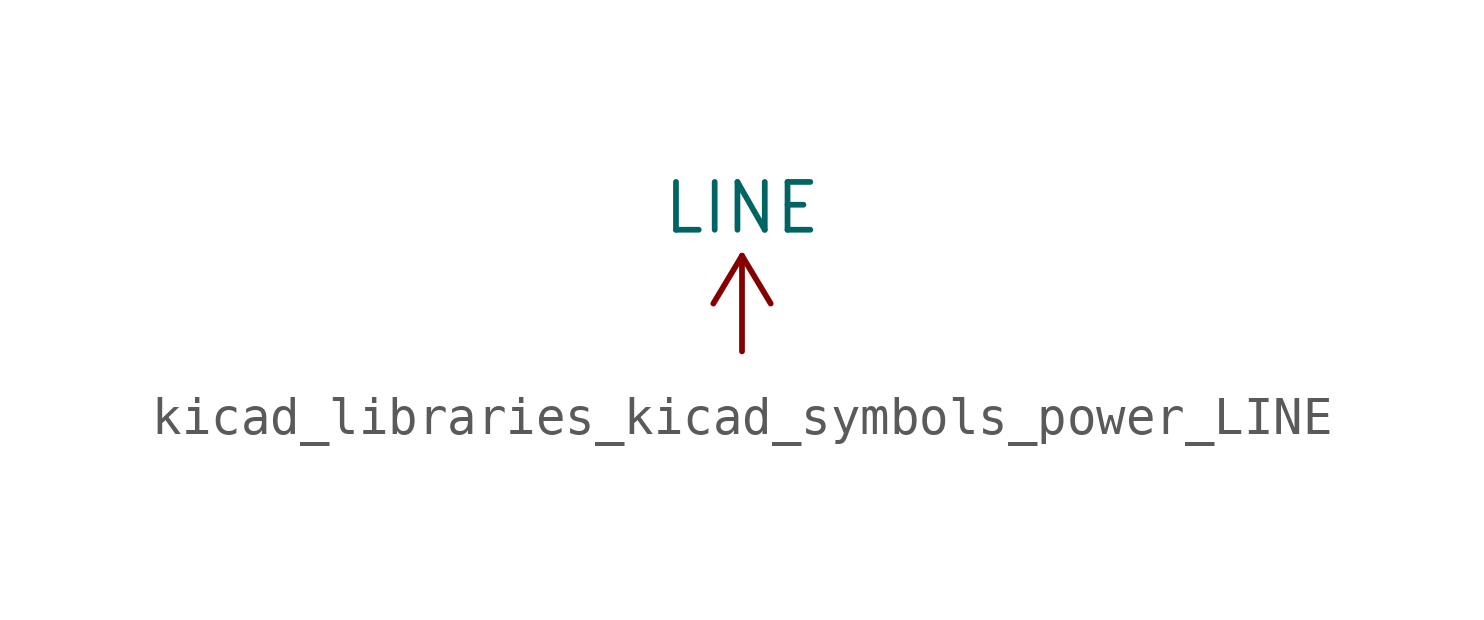
<source format=kicad_sym>
(kicad_symbol_lib
  (version 20220914)
  (generator kicad_symbol_editor)
  (symbol "kicad_libraries_kicad_symbols_power_LINE"
    (power)
    (pin_names
      (offset 0))
    (property "Reference" "#PWR"
      (at 0 -3.81 0)
      (effects (font (size 1.27 1.27)) hide))
    (property "Value" "LINE"
      (at 0 3.81 0)
      (effects (font (size 1.27 1.27))))
    (symbol "kicad_libraries_kicad_symbols_power_LINE_0_1"
      (polyline (pts (xy -0.762 1.27) (xy 0 2.54)) (stroke (width 0) (type default)) (fill (type none)))
      (polyline (pts (xy 0 0) (xy 0 2.54)) (stroke (width 0) (type default)) (fill (type none)))
      (polyline (pts (xy 0 2.54) (xy 0.762 1.27)) (stroke (width 0) (type default)) (fill (type none))))
    (symbol "kicad_libraries_kicad_symbols_power_LINE_1_1"
      (pin power_in line (at 0 0 90) (length 0) hide (name "LINE" (effects (font (size 1.27 1.27)))) (number "1" (effects (font (size 1.27 1.27))))))))
</source>
